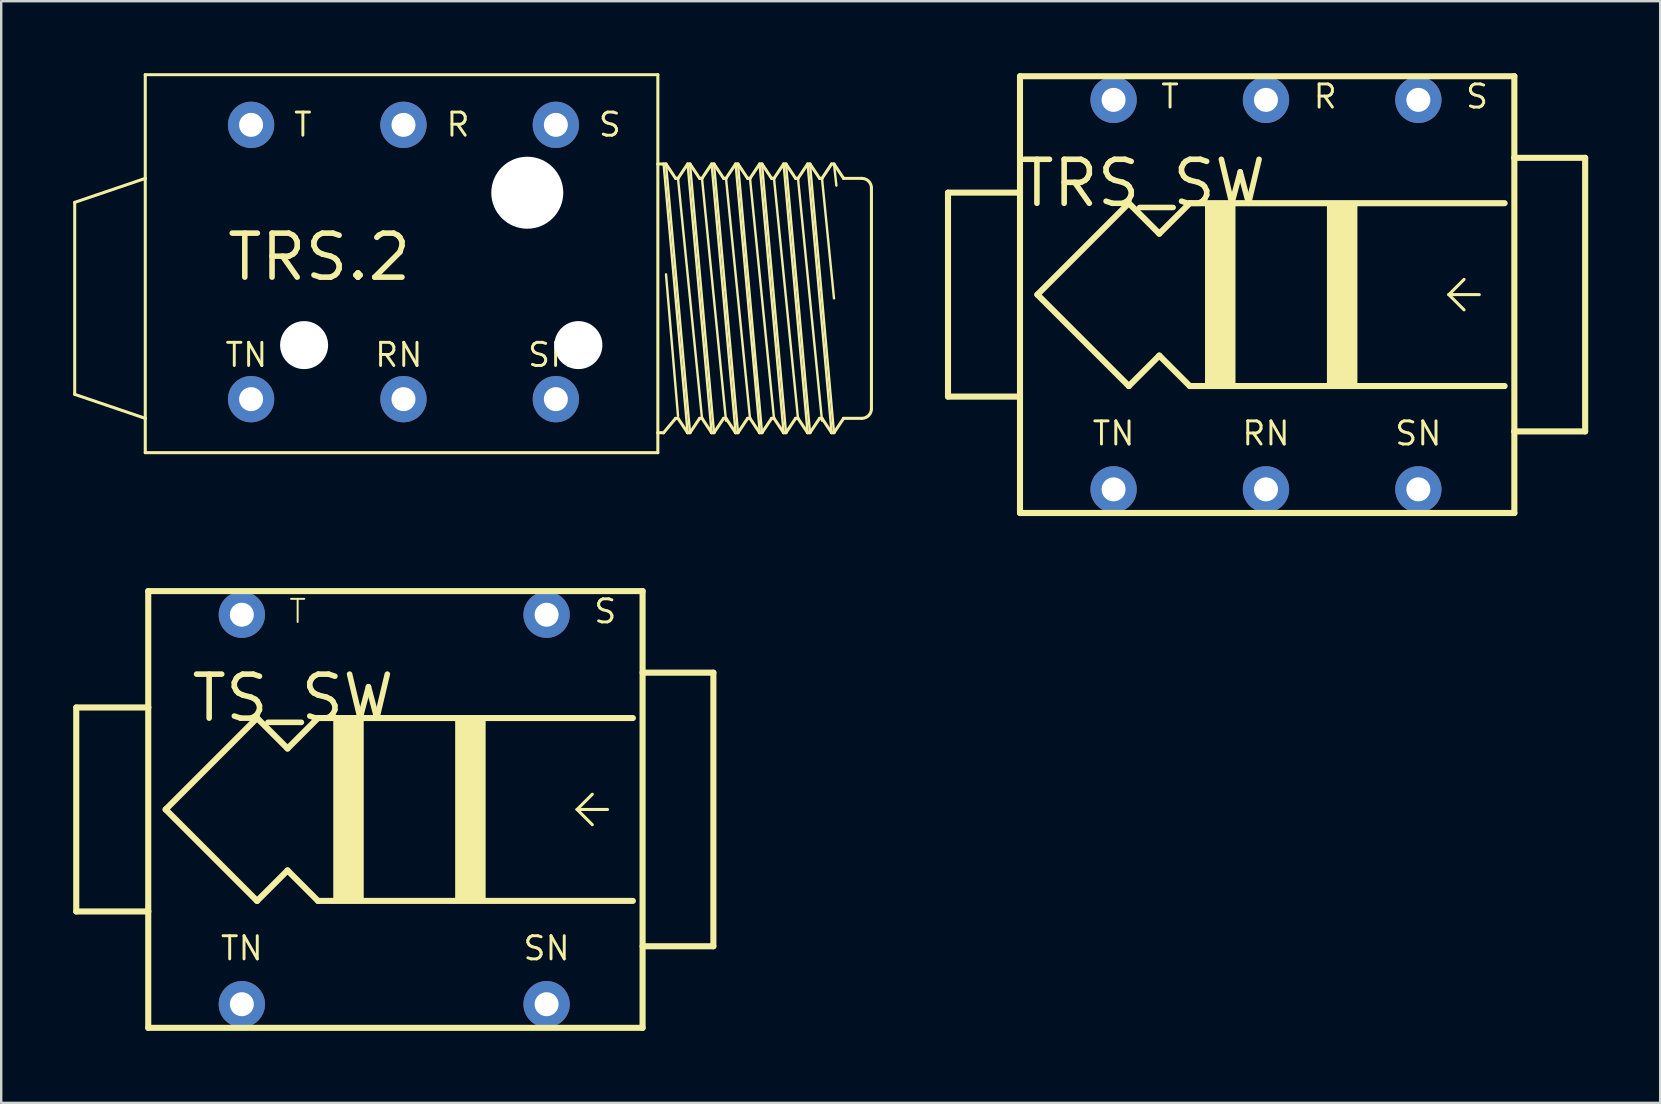
<source format=kicad_pcb>
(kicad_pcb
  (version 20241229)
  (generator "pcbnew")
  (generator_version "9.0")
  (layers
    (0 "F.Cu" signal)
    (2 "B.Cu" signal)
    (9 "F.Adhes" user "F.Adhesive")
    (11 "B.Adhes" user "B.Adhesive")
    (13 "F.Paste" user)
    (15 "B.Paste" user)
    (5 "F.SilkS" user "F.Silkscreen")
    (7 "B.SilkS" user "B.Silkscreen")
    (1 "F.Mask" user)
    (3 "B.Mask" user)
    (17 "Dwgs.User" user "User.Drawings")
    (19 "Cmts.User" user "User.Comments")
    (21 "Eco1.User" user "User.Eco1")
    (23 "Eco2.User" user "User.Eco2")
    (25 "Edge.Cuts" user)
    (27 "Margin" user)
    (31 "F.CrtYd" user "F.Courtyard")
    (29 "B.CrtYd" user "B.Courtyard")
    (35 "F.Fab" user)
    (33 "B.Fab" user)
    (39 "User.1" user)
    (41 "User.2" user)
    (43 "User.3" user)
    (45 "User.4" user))
  (footprint "TRS_SW"
    (layer "F.Cu")
    (at 49.704 9.227)
    (property "Reference" "TRS_SW" (at 0.127 -5.715 0) (layer "F.SilkS") (effects (font (size 1.834 1.834) (thickness 0.232)) (justify right top)))
    (attr through_hole)
    (fp_line (start -13.25 -4.25) (end -10.25 -4.25) (stroke (width 0.254) (type solid)) (layer "F.SilkS"))
    (fp_line (start -13.25 4.25) (end -13.25 -4.25) (stroke (width 0.254) (type solid)) (layer "F.SilkS"))
    (fp_line (start -10.25 -9.1) (end -10.25 -4.25) (stroke (width 0.254) (type solid)) (layer "F.SilkS"))
    (fp_line (start -10.25 -4.25) (end -10.25 4.25) (stroke (width 0.254) (type solid)) (layer "F.SilkS"))
    (fp_line (start -10.25 4.25) (end -13.25 4.25) (stroke (width 0.254) (type solid)) (layer "F.SilkS"))
    (fp_line (start -10.25 4.25) (end -10.25 9.1) (stroke (width 0.254) (type solid)) (layer "F.SilkS"))
    (fp_line (start -10.25 9.1) (end 10.35 9.1) (stroke (width 0.254) (type solid)) (layer "F.SilkS"))
    (fp_line (start -9.525 0) (end -5.715 3.81) (stroke (width 0.254) (type solid)) (layer "F.SilkS"))
    (fp_line (start -5.715 -3.81) (end -9.525 0) (stroke (width 0.254) (type solid)) (layer "F.SilkS"))
    (fp_line (start -5.715 3.81) (end -4.445 2.54) (stroke (width 0.254) (type solid)) (layer "F.SilkS"))
    (fp_line (start -4.445 -2.54) (end -5.715 -3.81) (stroke (width 0.254) (type solid)) (layer "F.SilkS"))
    (fp_line (start -4.445 2.54) (end -3.175 3.81) (stroke (width 0.254) (type solid)) (layer "F.SilkS"))
    (fp_line (start -3.175 -3.81) (end -4.445 -2.54) (stroke (width 0.254) (type solid)) (layer "F.SilkS"))
    (fp_line (start -3.175 3.81) (end 9.945 3.81) (stroke (width 0.254) (type solid)) (layer "F.SilkS"))
    (fp_line (start 7.62 0) (end 8.255 -0.635) (stroke (width 0.127) (type solid)) (layer "F.SilkS"))
    (fp_line (start 7.62 0) (end 8.255 0.635) (stroke (width 0.127) (type solid)) (layer "F.SilkS"))
    (fp_line (start 8.89 0) (end 7.62 0) (stroke (width 0.127) (type solid)) (layer "F.SilkS"))
    (fp_line (start 9.945 -3.81) (end -3.175 -3.81) (stroke (width 0.254) (type solid)) (layer "F.SilkS"))
    (fp_line (start 10.35 -9.1) (end -10.25 -9.1) (stroke (width 0.254) (type solid)) (layer "F.SilkS"))
    (fp_line (start 10.35 -5.7) (end 10.35 -9.1) (stroke (width 0.254) (type solid)) (layer "F.SilkS"))
    (fp_line (start 10.35 -5.7) (end 13.3 -5.7) (stroke (width 0.254) (type solid)) (layer "F.SilkS"))
    (fp_line (start 10.35 5.7) (end 10.35 -5.7) (stroke (width 0.254) (type solid)) (layer "F.SilkS"))
    (fp_line (start 10.35 9.1) (end 10.35 5.7) (stroke (width 0.254) (type solid)) (layer "F.SilkS"))
    (fp_line (start 13.3 -5.7) (end 13.3 5.7) (stroke (width 0.254) (type solid)) (layer "F.SilkS"))
    (fp_line (start 13.3 5.7) (end 10.35 5.7) (stroke (width 0.254) (type solid)) (layer "F.SilkS"))
    (fp_poly (pts (xy -2.54 3.81) (xy -1.27 3.81) (xy -1.27 -3.81) (xy -2.54 -3.81)) (stroke (width 0) (type solid)) (fill yes) (layer "F.SilkS"))
    (fp_poly (pts (xy 2.54 3.81) (xy 3.81 3.81) (xy 3.81 -3.81) (xy 2.54 -3.81)) (stroke (width 0) (type solid)) (fill yes) (layer "F.SilkS"))
    (fp_text user "R" (at 1.905 -8.255 0) (layer "F.SilkS") (effects (font (size 0.965 0.965) (thickness 0.122)) (justify left)))
    (fp_text user "SN" (at 6.35 6.35 0) (layer "F.SilkS") (effects (font (size 0.965 0.965) (thickness 0.122)) (justify bottom)))
    (fp_text user "TN" (at -6.35 6.35 0) (layer "F.SilkS") (effects (font (size 0.965 0.965) (thickness 0.122)) (justify bottom)))
    (fp_text user "S" (at 8.255 -8.255 0) (layer "F.SilkS") (effects (font (size 0.965 0.965) (thickness 0.122)) (justify left)))
    (fp_text user "RN" (at 0 6.35 0) (layer "F.SilkS") (effects (font (size 0.965 0.965) (thickness 0.122)) (justify bottom)))
    (fp_text user "T" (at -4.445 -8.255 0) (layer "F.SilkS") (effects (font (size 0.965 0.965) (thickness 0.122)) (justify left)))
    (pad "R" thru_hole oval (at 0 -8.115) (size 1.93 1.93) (drill 1) (layers "*.Cu" "*.Mask"))
    (pad "RN" thru_hole oval (at 0 8.115) (size 1.93 1.93) (drill 1) (layers "*.Cu" "*.Mask"))
    (pad "S" thru_hole oval (at 6.35 -8.115) (size 1.93 1.93) (drill 1) (layers "*.Cu" "*.Mask"))
    (pad "SN" thru_hole oval (at 6.35 8.115) (size 1.93 1.93) (drill 1) (layers "*.Cu" "*.Mask"))
    (pad "T" thru_hole oval (at -6.35 -8.115) (size 1.93 1.93) (drill 1) (layers "*.Cu" "*.Mask"))
    (pad "TN" thru_hole oval (at -6.35 8.115) (size 1.93 1.93) (drill 1) (layers "*.Cu" "*.Mask")))
  (footprint "TRS.2"
    (layer "F.Cu")
    (at 13.822 8.621)
    (property "Reference" "TRS.2" (at 0.381 -2.032 0) (layer "F.SilkS") (effects (font (size 1.834 1.834) (thickness 0.232)) (justify right top)))
    (attr through_hole)
    (fp_line (start -13.759 -3.238) (end -10.819 -4.238) (stroke (width 0.127) (type solid)) (layer "F.SilkS"))
    (fp_line (start -13.759 4.762) (end -13.759 -3.238) (stroke (width 0.127) (type solid)) (layer "F.SilkS"))
    (fp_line (start -10.819 -8.558) (end -10.819 -4.238) (stroke (width 0.127) (type solid)) (layer "F.SilkS"))
    (fp_line (start -10.819 -4.238) (end -10.819 5.762) (stroke (width 0.127) (type solid)) (layer "F.SilkS"))
    (fp_line (start -10.819 5.762) (end -13.759 4.762) (stroke (width 0.127) (type solid)) (layer "F.SilkS"))
    (fp_line (start -10.819 5.762) (end -10.819 7.192) (stroke (width 0.127) (type solid)) (layer "F.SilkS"))
    (fp_line (start -10.819 7.192) (end 10.541 7.192) (stroke (width 0.127) (type solid)) (layer "F.SilkS"))
    (fp_line (start 10.541 -8.558) (end -10.819 -8.558) (stroke (width 0.127) (type solid)) (layer "F.SilkS"))
    (fp_line (start 10.541 -4.838) (end 10.541 -8.558) (stroke (width 0.127) (type solid)) (layer "F.SilkS"))
    (fp_line (start 10.541 6.362) (end 10.541 -4.838) (stroke (width 0.127) (type solid)) (layer "F.SilkS"))
    (fp_line (start 10.541 7.192) (end 10.541 6.362) (stroke (width 0.127) (type solid)) (layer "F.SilkS"))
    (fp_line (start 10.781 -4.838) (end 10.541 -4.838) (stroke (width 0.127) (type solid)) (layer "F.SilkS"))
    (fp_line (start 10.781 6.362) (end 10.541 6.362) (stroke (width 0.127) (type solid)) (layer "F.SilkS"))
    (fp_line (start 10.881 -4.838) (end 10.781 -4.838) (stroke (width 0.127) (type solid)) (layer "F.SilkS"))
    (fp_line (start 10.881 -4.838) (end 11.881 6.362) (stroke (width 0.1) (type solid)) (layer "F.SilkS"))
    (fp_line (start 11.281 -4.238) (end 10.881 -4.838) (stroke (width 0.127) (type solid)) (layer "F.SilkS"))
    (fp_line (start 11.281 5.762) (end 10.781 6.362) (stroke (width 0.127) (type solid)) (layer "F.SilkS"))
    (fp_line (start 11.381 -4.238) (end 11.281 -4.238) (stroke (width 0.127) (type solid)) (layer "F.SilkS"))
    (fp_line (start 11.381 5.662) (end 10.881 -0.238) (stroke (width 0.1) (type solid)) (layer "F.SilkS"))
    (fp_line (start 11.381 5.762) (end 11.281 5.762) (stroke (width 0.127) (type solid)) (layer "F.SilkS"))
    (fp_line (start 11.781 -4.838) (end 11.381 -4.238) (stroke (width 0.127) (type solid)) (layer "F.SilkS"))
    (fp_line (start 11.781 -4.838) (end 12.781 6.362) (stroke (width 0.1) (type solid)) (layer "F.SilkS"))
    (fp_line (start 11.781 6.362) (end 10.781 -4.838) (stroke (width 0.1) (type solid)) (layer "F.SilkS"))
    (fp_line (start 11.781 6.362) (end 11.381 5.762) (stroke (width 0.127) (type solid)) (layer "F.SilkS"))
    (fp_line (start 11.881 -4.838) (end 11.781 -4.838) (stroke (width 0.127) (type solid)) (layer "F.SilkS"))
    (fp_line (start 11.881 6.362) (end 11.781 6.362) (stroke (width 0.127) (type solid)) (layer "F.SilkS"))
    (fp_line (start 12.281 -4.238) (end 11.881 -4.838) (stroke (width 0.127) (type solid)) (layer "F.SilkS"))
    (fp_line (start 12.281 5.762) (end 11.881 6.362) (stroke (width 0.127) (type solid)) (layer "F.SilkS"))
    (fp_line (start 12.381 -4.238) (end 12.281 -4.238) (stroke (width 0.127) (type solid)) (layer "F.SilkS"))
    (fp_line (start 12.381 -4.238) (end 13.381 5.862) (stroke (width 0.1) (type solid)) (layer "F.SilkS"))
    (fp_line (start 12.381 5.762) (end 11.381 -4.238) (stroke (width 0.1) (type solid)) (layer "F.SilkS"))
    (fp_line (start 12.381 5.762) (end 12.281 5.762) (stroke (width 0.127) (type solid)) (layer "F.SilkS"))
    (fp_line (start 12.781 -4.838) (end 12.381 -4.238) (stroke (width 0.127) (type solid)) (layer "F.SilkS"))
    (fp_line (start 12.781 6.362) (end 12.381 5.762) (stroke (width 0.127) (type solid)) (layer "F.SilkS"))
    (fp_line (start 12.881 -4.838) (end 12.781 -4.838) (stroke (width 0.127) (type solid)) (layer "F.SilkS"))
    (fp_line (start 12.881 -4.838) (end 13.881 6.362) (stroke (width 0.1) (type solid)) (layer "F.SilkS"))
    (fp_line (start 12.881 6.362) (end 11.881 -4.838) (stroke (width 0.1) (type solid)) (layer "F.SilkS"))
    (fp_line (start 12.881 6.362) (end 12.781 6.362) (stroke (width 0.127) (type solid)) (layer "F.SilkS"))
    (fp_line (start 13.281 -4.238) (end 12.881 -4.838) (stroke (width 0.127) (type solid)) (layer "F.SilkS"))
    (fp_line (start 13.281 5.762) (end 12.881 6.362) (stroke (width 0.127) (type solid)) (layer "F.SilkS"))
    (fp_line (start 13.381 -4.238) (end 13.281 -4.238) (stroke (width 0.127) (type solid)) (layer "F.SilkS"))
    (fp_line (start 13.381 5.762) (end 13.281 5.762) (stroke (width 0.127) (type solid)) (layer "F.SilkS"))
    (fp_line (start 13.781 -4.838) (end 13.381 -4.238) (stroke (width 0.127) (type solid)) (layer "F.SilkS"))
    (fp_line (start 13.781 -4.838) (end 14.781 6.262) (stroke (width 0.1) (type solid)) (layer "F.SilkS"))
    (fp_line (start 13.781 6.362) (end 12.781 -4.838) (stroke (width 0.1) (type solid)) (layer "F.SilkS"))
    (fp_line (start 13.781 6.362) (end 13.381 5.762) (stroke (width 0.127) (type solid)) (layer "F.SilkS"))
    (fp_line (start 13.881 -4.838) (end 13.781 -4.838) (stroke (width 0.127) (type solid)) (layer "F.SilkS"))
    (fp_line (start 13.881 6.362) (end 13.781 6.362) (stroke (width 0.127) (type solid)) (layer "F.SilkS"))
    (fp_line (start 14.281 -4.238) (end 13.881 -4.838) (stroke (width 0.127) (type solid)) (layer "F.SilkS"))
    (fp_line (start 14.281 5.762) (end 13.881 6.362) (stroke (width 0.127) (type solid)) (layer "F.SilkS"))
    (fp_line (start 14.381 -4.238) (end 14.281 -4.238) (stroke (width 0.127) (type solid)) (layer "F.SilkS"))
    (fp_line (start 14.381 -4.238) (end 15.381 5.762) (stroke (width 0.1) (type solid)) (layer "F.SilkS"))
    (fp_line (start 14.381 5.762) (end 13.381 -4.238) (stroke (width 0.1) (type solid)) (layer "F.SilkS"))
    (fp_line (start 14.381 5.762) (end 14.281 5.762) (stroke (width 0.127) (type solid)) (layer "F.SilkS"))
    (fp_line (start 14.781 -4.838) (end 14.381 -4.238) (stroke (width 0.127) (type solid)) (layer "F.SilkS"))
    (fp_line (start 14.781 -4.838) (end 15.781 6.362) (stroke (width 0.1) (type solid)) (layer "F.SilkS"))
    (fp_line (start 14.781 6.362) (end 14.381 5.762) (stroke (width 0.127) (type solid)) (layer "F.SilkS"))
    (fp_line (start 14.881 -4.838) (end 14.781 -4.838) (stroke (width 0.127) (type solid)) (layer "F.SilkS"))
    (fp_line (start 14.881 -4.838) (end 15.881 6.362) (stroke (width 0.1) (type solid)) (layer "F.SilkS"))
    (fp_line (start 14.881 6.362) (end 13.881 -4.838) (stroke (width 0.1) (type solid)) (layer "F.SilkS"))
    (fp_line (start 14.881 6.362) (end 14.781 6.362) (stroke (width 0.127) (type solid)) (layer "F.SilkS"))
    (fp_line (start 15.281 -4.238) (end 14.881 -4.838) (stroke (width 0.127) (type solid)) (layer "F.SilkS"))
    (fp_line (start 15.281 5.762) (end 14.881 6.362) (stroke (width 0.127) (type solid)) (layer "F.SilkS"))
    (fp_line (start 15.381 -4.238) (end 15.281 -4.238) (stroke (width 0.127) (type solid)) (layer "F.SilkS"))
    (fp_line (start 15.381 5.762) (end 15.281 5.762) (stroke (width 0.127) (type solid)) (layer "F.SilkS"))
    (fp_line (start 15.781 -4.838) (end 15.381 -4.238) (stroke (width 0.127) (type solid)) (layer "F.SilkS"))
    (fp_line (start 15.781 -4.838) (end 16.781 6.362) (stroke (width 0.1) (type solid)) (layer "F.SilkS"))
    (fp_line (start 15.781 6.362) (end 15.381 5.762) (stroke (width 0.127) (type solid)) (layer "F.SilkS"))
    (fp_line (start 15.881 -4.838) (end 15.781 -4.838) (stroke (width 0.127) (type solid)) (layer "F.SilkS"))
    (fp_line (start 15.881 6.362) (end 15.781 6.362) (stroke (width 0.127) (type solid)) (layer "F.SilkS"))
    (fp_line (start 16.281 -4.238) (end 15.881 -4.838) (stroke (width 0.127) (type solid)) (layer "F.SilkS"))
    (fp_line (start 16.281 5.762) (end 15.881 6.362) (stroke (width 0.127) (type solid)) (layer "F.SilkS"))
    (fp_line (start 16.381 -4.238) (end 16.281 -4.238) (stroke (width 0.127) (type solid)) (layer "F.SilkS"))
    (fp_line (start 16.381 -4.238) (end 17.381 5.862) (stroke (width 0.1) (type solid)) (layer "F.SilkS"))
    (fp_line (start 16.381 5.762) (end 15.381 -4.238) (stroke (width 0.1) (type solid)) (layer "F.SilkS"))
    (fp_line (start 16.381 5.762) (end 16.281 5.762) (stroke (width 0.127) (type solid)) (layer "F.SilkS"))
    (fp_line (start 16.781 -4.838) (end 16.381 -4.238) (stroke (width 0.127) (type solid)) (layer "F.SilkS"))
    (fp_line (start 16.781 -4.838) (end 17.781 6.362) (stroke (width 0.1) (type solid)) (layer "F.SilkS"))
    (fp_line (start 16.781 6.362) (end 16.381 5.762) (stroke (width 0.127) (type solid)) (layer "F.SilkS"))
    (fp_line (start 16.881 -4.838) (end 16.781 -4.838) (stroke (width 0.127) (type solid)) (layer "F.SilkS"))
    (fp_line (start 16.881 -4.838) (end 17.881 6.362) (stroke (width 0.1) (type solid)) (layer "F.SilkS"))
    (fp_line (start 16.881 6.362) (end 15.881 -4.838) (stroke (width 0.1) (type solid)) (layer "F.SilkS"))
    (fp_line (start 16.881 6.362) (end 16.781 6.362) (stroke (width 0.127) (type solid)) (layer "F.SilkS"))
    (fp_line (start 17.281 -4.238) (end 16.881 -4.838) (stroke (width 0.127) (type solid)) (layer "F.SilkS"))
    (fp_line (start 17.281 5.762) (end 16.881 6.362) (stroke (width 0.127) (type solid)) (layer "F.SilkS"))
    (fp_line (start 17.381 -4.238) (end 17.281 -4.238) (stroke (width 0.127) (type solid)) (layer "F.SilkS"))
    (fp_line (start 17.381 -4.238) (end 17.881 0.762) (stroke (width 0.1) (type solid)) (layer "F.SilkS"))
    (fp_line (start 17.381 5.762) (end 17.281 5.762) (stroke (width 0.127) (type solid)) (layer "F.SilkS"))
    (fp_line (start 17.781 -4.838) (end 17.381 -4.238) (stroke (width 0.127) (type solid)) (layer "F.SilkS"))
    (fp_line (start 17.781 6.362) (end 17.381 5.762) (stroke (width 0.127) (type solid)) (layer "F.SilkS"))
    (fp_line (start 17.881 -4.838) (end 17.781 -4.838) (stroke (width 0.127) (type solid)) (layer "F.SilkS"))
    (fp_line (start 17.881 -4.838) (end 17.981 -3.938) (stroke (width 0.1) (type solid)) (layer "F.SilkS"))
    (fp_line (start 17.881 6.362) (end 17.781 6.362) (stroke (width 0.127) (type solid)) (layer "F.SilkS"))
    (fp_line (start 18.281 -4.238) (end 17.881 -4.838) (stroke (width 0.127) (type solid)) (layer "F.SilkS"))
    (fp_line (start 18.281 -4.238) (end 19.041 -4.238) (stroke (width 0.127) (type solid)) (layer "F.SilkS"))
    (fp_line (start 18.281 5.762) (end 17.881 6.362) (stroke (width 0.127) (type solid)) (layer "F.SilkS"))
    (fp_line (start 19.041 5.762) (end 18.281 5.762) (stroke (width 0.127) (type solid)) (layer "F.SilkS"))
    (fp_line (start 19.441 -3.838) (end 19.441 5.362) (stroke (width 0.127) (type solid)) (layer "F.SilkS"))
    (fp_arc (start 19.041 -4.238) (mid 19.323843 -4.120843) (end 19.441 -3.838) (stroke (width 0.127) (type solid)) (layer "F.SilkS"))
    (fp_arc (start 19.441 5.362) (mid 19.323843 5.644843) (end 19.041 5.762) (stroke (width 0.127) (type solid)) (layer "F.SilkS"))
    (fp_text user "RN" (at -0.254 3.683 0) (layer "F.SilkS") (effects (font (size 0.965 0.965) (thickness 0.122)) (justify bottom)))
    (fp_text user "S" (at 8.001 -6.477 0) (layer "F.SilkS") (effects (font (size 0.965 0.965) (thickness 0.122)) (justify left)))
    (fp_text user "T" (at -4.699 -6.477 0) (layer "F.SilkS") (effects (font (size 0.965 0.965) (thickness 0.122)) (justify left)))
    (fp_text user "SN" (at 6.096 3.683 0) (layer "F.SilkS") (effects (font (size 0.965 0.965) (thickness 0.122)) (justify bottom)))
    (fp_text user "R" (at 1.651 -6.477 0) (layer "F.SilkS") (effects (font (size 0.965 0.965) (thickness 0.122)) (justify left)))
    (fp_text user "TN" (at -6.604 3.683 0) (layer "F.SilkS") (effects (font (size 0.965 0.965) (thickness 0.122)) (justify bottom)))
    (pad "" np_thru_hole oval (at -4.2 2.71) (size 2 2) (drill 2) (layers "*.Cu"))
    (pad "" np_thru_hole oval (at 5.1 -3.64) (size 3 3) (drill 3) (layers "*.Cu"))
    (pad "" np_thru_hole oval (at 7.23 2.71) (size 2 2) (drill 2) (layers "*.Cu"))
    (pad "1" thru_hole oval (at -6.409 -6.468 90) (size 1.93 1.93) (drill 1) (layers "*.Cu" "*.Mask"))
    (pad "2" thru_hole oval (at 6.291 -6.468 90) (size 1.93 1.93) (drill 1) (layers "*.Cu" "*.Mask"))
    (pad "3" thru_hole oval (at -0.059 -6.468 90) (size 1.93 1.93) (drill 1) (layers "*.Cu" "*.Mask"))
    (pad "4" thru_hole oval (at -6.409 4.962 90) (size 1.93 1.93) (drill 1) (layers "*.Cu" "*.Mask"))
    (pad "5" thru_hole oval (at 6.291 4.962 90) (size 1.93 1.93) (drill 1) (layers "*.Cu" "*.Mask"))
    (pad "6" thru_hole oval (at -0.059 4.962 90) (size 1.93 1.93) (drill 1) (layers "*.Cu" "*.Mask")))
  (footprint "TS_SW"
    (layer "F.Cu")
    (at 13.377 30.681)
    (property "Reference" "TS_SW" (at 0.127 -5.715 0) (layer "F.SilkS") (effects (font (size 1.834 1.834) (thickness 0.232)) (justify right top)))
    (attr through_hole)
    (fp_line (start -13.25 -4.25) (end -10.25 -4.25) (stroke (width 0.254) (type solid)) (layer "F.SilkS"))
    (fp_line (start -13.25 4.25) (end -13.25 -4.25) (stroke (width 0.254) (type solid)) (layer "F.SilkS"))
    (fp_line (start -10.25 -9.1) (end -10.25 -4.25) (stroke (width 0.254) (type solid)) (layer "F.SilkS"))
    (fp_line (start -10.25 -4.25) (end -10.25 4.25) (stroke (width 0.254) (type solid)) (layer "F.SilkS"))
    (fp_line (start -10.25 4.25) (end -13.25 4.25) (stroke (width 0.254) (type solid)) (layer "F.SilkS"))
    (fp_line (start -10.25 4.25) (end -10.25 9.1) (stroke (width 0.254) (type solid)) (layer "F.SilkS"))
    (fp_line (start -10.25 9.1) (end 10.35 9.1) (stroke (width 0.254) (type solid)) (layer "F.SilkS"))
    (fp_line (start -9.525 0) (end -5.715 3.81) (stroke (width 0.254) (type solid)) (layer "F.SilkS"))
    (fp_line (start -5.715 -3.81) (end -9.525 0) (stroke (width 0.254) (type solid)) (layer "F.SilkS"))
    (fp_line (start -5.715 3.81) (end -4.445 2.54) (stroke (width 0.254) (type solid)) (layer "F.SilkS"))
    (fp_line (start -4.445 -2.54) (end -5.715 -3.81) (stroke (width 0.254) (type solid)) (layer "F.SilkS"))
    (fp_line (start -4.445 2.54) (end -3.175 3.81) (stroke (width 0.254) (type solid)) (layer "F.SilkS"))
    (fp_line (start -3.175 -3.81) (end -4.445 -2.54) (stroke (width 0.254) (type solid)) (layer "F.SilkS"))
    (fp_line (start -3.175 3.81) (end 9.945 3.81) (stroke (width 0.254) (type solid)) (layer "F.SilkS"))
    (fp_line (start 7.62 0) (end 8.255 -0.635) (stroke (width 0.127) (type solid)) (layer "F.SilkS"))
    (fp_line (start 7.62 0) (end 8.255 0.635) (stroke (width 0.127) (type solid)) (layer "F.SilkS"))
    (fp_line (start 8.89 0) (end 7.62 0) (stroke (width 0.127) (type solid)) (layer "F.SilkS"))
    (fp_line (start 9.945 -3.81) (end -3.175 -3.81) (stroke (width 0.254) (type solid)) (layer "F.SilkS"))
    (fp_line (start 10.35 -9.1) (end -10.25 -9.1) (stroke (width 0.254) (type solid)) (layer "F.SilkS"))
    (fp_line (start 10.35 -5.7) (end 13.3 -5.7) (stroke (width 0.254) (type solid)) (layer "F.SilkS"))
    (fp_line (start 10.35 9.1) (end 10.35 -9.1) (stroke (width 0.254) (type solid)) (layer "F.SilkS"))
    (fp_line (start 13.3 -5.7) (end 13.3 5.7) (stroke (width 0.254) (type solid)) (layer "F.SilkS"))
    (fp_line (start 13.3 5.7) (end 10.35 5.7) (stroke (width 0.254) (type solid)) (layer "F.SilkS"))
    (fp_poly (pts (xy -2.54 3.81) (xy -1.27 3.81) (xy -1.27 -3.81) (xy -2.54 -3.81)) (stroke (width 0) (type solid)) (fill yes) (layer "F.SilkS"))
    (fp_poly (pts (xy 2.54 3.81) (xy 3.81 3.81) (xy 3.81 -3.81) (xy 2.54 -3.81)) (stroke (width 0) (type solid)) (fill yes) (layer "F.SilkS"))
    (fp_text user "T" (at -4.445 -8.255 0) (layer "F.SilkS") (effects (font (size 0.965 0.965) (thickness 0.081)) (justify left)))
    (fp_text user "S" (at 8.255 -8.255 0) (layer "F.SilkS") (effects (font (size 0.965 0.965) (thickness 0.122)) (justify left)))
    (fp_text user "TN" (at -6.35 6.35 0) (layer "F.SilkS") (effects (font (size 0.965 0.965) (thickness 0.122)) (justify bottom)))
    (fp_text user "SN" (at 6.35 6.35 0) (layer "F.SilkS") (effects (font (size 0.965 0.965) (thickness 0.122)) (justify bottom)))
    (pad "S" thru_hole oval (at 6.35 -8.115) (size 1.93 1.93) (drill 1) (layers "*.Cu" "*.Mask"))
    (pad "SN" thru_hole oval (at 6.35 8.115) (size 1.93 1.93) (drill 1) (layers "*.Cu" "*.Mask"))
    (pad "T" thru_hole oval (at -6.35 -8.115) (size 1.93 1.93) (drill 1) (layers "*.Cu" "*.Mask"))
    (pad "TN" thru_hole oval (at -6.35 8.115) (size 1.93 1.93) (drill 1) (layers "*.Cu" "*.Mask")))
  (gr_rect
    (start -3 -3)
    (end 66.131 42.908)
    (stroke (width 0.1) (type default))
    (fill no)
    (layer "Edge.Cuts")))
</source>
